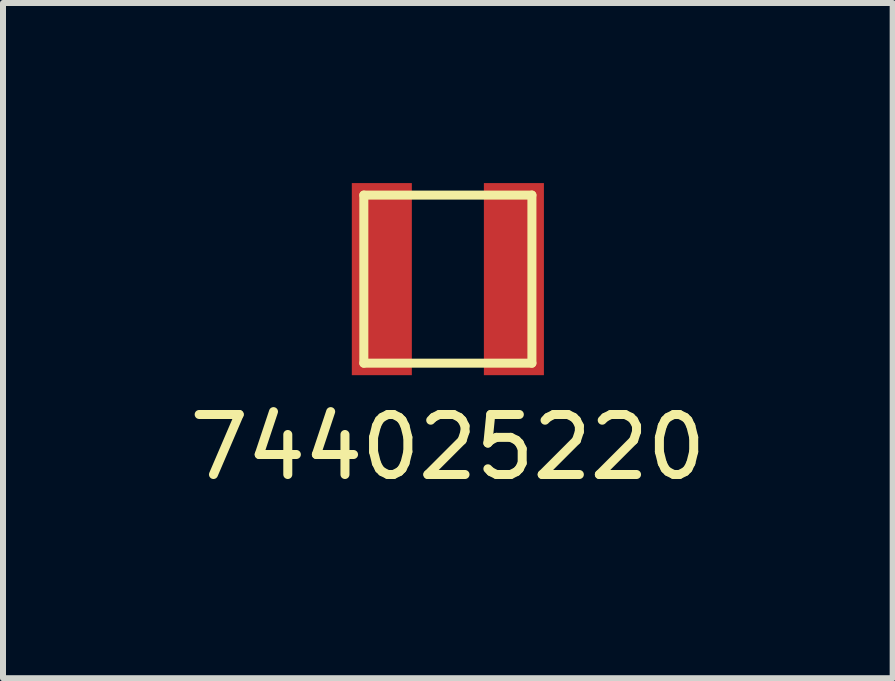
<source format=kicad_pcb>
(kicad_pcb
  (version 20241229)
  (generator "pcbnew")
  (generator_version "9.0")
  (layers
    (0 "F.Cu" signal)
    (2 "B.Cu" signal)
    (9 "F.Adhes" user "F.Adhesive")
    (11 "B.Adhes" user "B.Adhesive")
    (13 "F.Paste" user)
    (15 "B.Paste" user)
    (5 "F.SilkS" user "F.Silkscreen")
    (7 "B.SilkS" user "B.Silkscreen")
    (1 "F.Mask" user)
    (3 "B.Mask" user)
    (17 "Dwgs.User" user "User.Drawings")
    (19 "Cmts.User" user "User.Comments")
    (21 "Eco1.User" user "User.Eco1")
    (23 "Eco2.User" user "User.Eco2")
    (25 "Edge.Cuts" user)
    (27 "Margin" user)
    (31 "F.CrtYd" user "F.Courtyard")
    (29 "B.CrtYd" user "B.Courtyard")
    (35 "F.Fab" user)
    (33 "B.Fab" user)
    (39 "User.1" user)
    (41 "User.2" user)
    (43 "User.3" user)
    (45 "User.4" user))
  (footprint "744025220"
    (layer "F.Cu")
    (at 4.411 1.6)
    (property "Reference" "744025220" (at 0 2.8 0) (layer "F.SilkS") (effects (font (size 1 1) (thickness 0.15))))
    (attr through_hole)
    (fp_line (start -1.4 -1.4) (end 1.4 -1.4) (stroke (width 0.15) (type solid)) (layer "F.SilkS"))
    (fp_line (start -1.4 1.4) (end -1.4 -1.4) (stroke (width 0.15) (type solid)) (layer "F.SilkS"))
    (fp_line (start 1.4 -1.4) (end 1.4 1.4) (stroke (width 0.15) (type solid)) (layer "F.SilkS"))
    (fp_line (start 1.4 1.4) (end -1.4 1.4) (stroke (width 0.15) (type solid)) (layer "F.SilkS"))
    (pad "1" smd rect (at -1.1 0) (size 1 3.2) (layers "F.Cu" "F.Mask" "F.Paste"))
    (pad "2" smd rect (at 1.1 0) (size 1 3.2) (layers "F.Cu" "F.Mask" "F.Paste")))
  (gr_rect
    (start -3 -3)
    (end 11.821 8.248)
    (stroke (width 0.1) (type default))
    (fill no)
    (layer "Edge.Cuts")))
</source>
